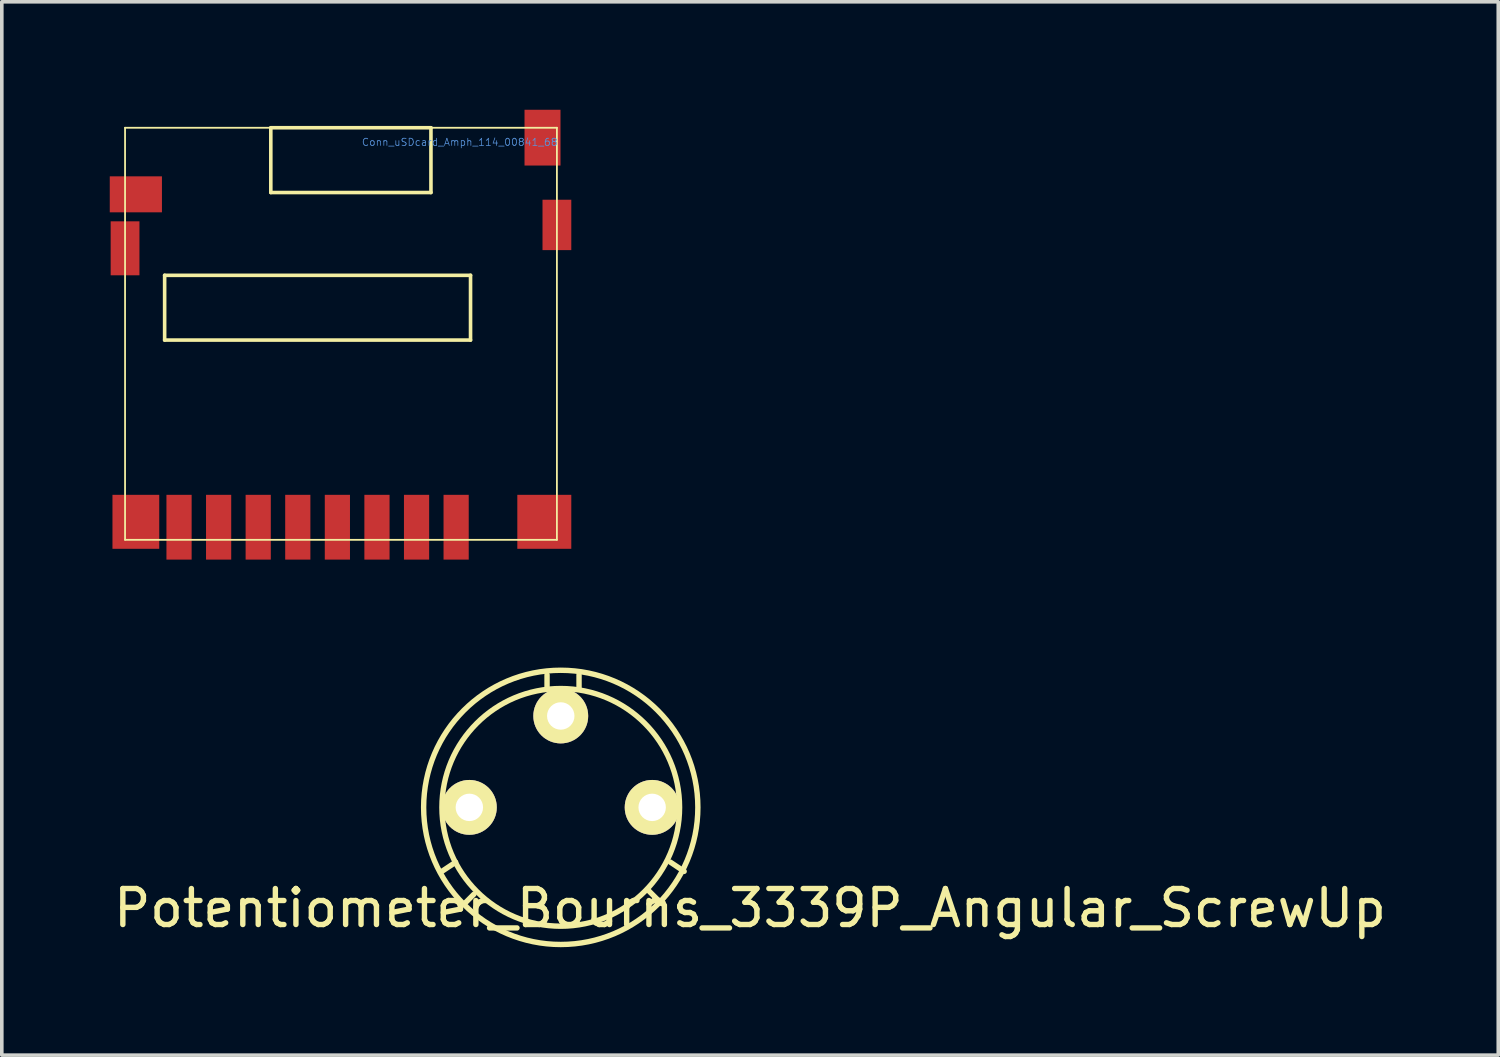
<source format=kicad_pcb>
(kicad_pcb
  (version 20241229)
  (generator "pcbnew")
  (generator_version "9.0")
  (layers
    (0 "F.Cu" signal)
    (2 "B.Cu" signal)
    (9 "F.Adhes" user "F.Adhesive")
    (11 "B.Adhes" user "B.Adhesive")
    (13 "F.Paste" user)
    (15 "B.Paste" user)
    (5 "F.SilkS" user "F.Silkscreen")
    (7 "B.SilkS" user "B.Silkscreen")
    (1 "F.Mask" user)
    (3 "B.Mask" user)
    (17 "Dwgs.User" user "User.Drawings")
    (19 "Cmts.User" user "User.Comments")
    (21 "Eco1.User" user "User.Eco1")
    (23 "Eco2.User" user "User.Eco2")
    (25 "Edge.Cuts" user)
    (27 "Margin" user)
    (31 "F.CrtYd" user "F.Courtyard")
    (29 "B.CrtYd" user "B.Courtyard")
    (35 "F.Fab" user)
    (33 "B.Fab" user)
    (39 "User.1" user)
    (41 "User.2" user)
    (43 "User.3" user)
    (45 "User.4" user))
  (footprint "Potentiometer_Bourns_3339P_Angular_ScrewUp"
    (layer "F.Cu")
    (at 9.992 19.385)
    (property "Reference" "Potentiometer_Bourns_3339P_Angular_ScrewUp" (at 7.8 2.8 0) (layer "F.SilkS") (effects (font (size 1 1) (thickness 0.15))))
    (attr through_hole)
    (fp_line (start -0.762 1.778) (end -0.381 1.524) (stroke (width 0.15) (type solid)) (layer "F.SilkS"))
    (fp_line (start -0.127 2.667) (end 0.127 2.413) (stroke (width 0.15) (type solid)) (layer "F.SilkS"))
    (fp_line (start 2.159 -3.302) (end 2.159 -3.683) (stroke (width 0.15) (type solid)) (layer "F.SilkS"))
    (fp_line (start 3.048 -3.302) (end 3.048 -3.683) (stroke (width 0.15) (type solid)) (layer "F.SilkS"))
    (fp_line (start 5.334 2.667) (end 4.953 2.286) (stroke (width 0.15) (type solid)) (layer "F.SilkS"))
    (fp_line (start 5.969 1.778) (end 5.588 1.524) (stroke (width 0.15) (type solid)) (layer "F.SilkS"))
    (fp_circle (center 2.54 0) (end 5.842 0) (stroke (width 0.15) (type solid)) (fill no) (layer "F.SilkS"))
    (fp_circle (center 2.54 0) (end 6.35 0) (stroke (width 0.15) (type solid)) (fill no) (layer "F.SilkS"))
    (pad "1" thru_hole circle (at 0 0) (size 1.524 1.524) (drill 0.762) (layers "*.Cu" "*.Mask" "F.SilkS"))
    (pad "2" thru_hole circle (at 2.54 -2.54) (size 1.524 1.524) (drill 0.762) (layers "*.Cu" "*.Mask" "F.SilkS"))
    (pad "3" thru_hole circle (at 5.08 0) (size 1.524 1.524) (drill 0.762) (layers "*.Cu" "*.Mask" "F.SilkS")))
  (footprint "Conn_uSDcard_Amph_114_00841_68"
    (layer "F.Cu")
    (at 6.425 10.5)
    (property "Reference" "Conn_uSDcard_Amph_114_00841_68" (at 3.3 -9.6 180) (layer "Cmts.User") (effects (font (size 0.2 0.2) (thickness 0.02))))
    (attr through_hole)
    (fp_line (start -6 -10) (end -6 1.45) (stroke (width 0.05) (type solid)) (layer "F.SilkS"))
    (fp_line (start -6 -10) (end 6 -10) (stroke (width 0.05) (type solid)) (layer "F.SilkS"))
    (fp_line (start -6 1.45) (end 6 1.45) (stroke (width 0.05) (type solid)) (layer "F.SilkS"))
    (fp_line (start -4.9 -5.9) (end 3.6 -5.9) (stroke (width 0.1) (type solid)) (layer "F.SilkS"))
    (fp_line (start -4.9 -4.1) (end -4.9 -5.9) (stroke (width 0.1) (type solid)) (layer "F.SilkS"))
    (fp_line (start -4.9 -4.1) (end 3.6 -4.1) (stroke (width 0.1) (type solid)) (layer "F.SilkS"))
    (fp_line (start -1.95 -10) (end 2.5 -10) (stroke (width 0.1) (type solid)) (layer "F.SilkS"))
    (fp_line (start -1.95 -8.2) (end -1.95 -10) (stroke (width 0.1) (type solid)) (layer "F.SilkS"))
    (fp_line (start -1.95 -8.2) (end 2.5 -8.2) (stroke (width 0.1) (type solid)) (layer "F.SilkS"))
    (fp_line (start 2.5 -8.2) (end 2.5 -10) (stroke (width 0.1) (type solid)) (layer "F.SilkS"))
    (fp_line (start 3.6 -4.1) (end 3.6 -5.9) (stroke (width 0.1) (type solid)) (layer "F.SilkS"))
    (fp_line (start 6 -10) (end 6 1.45) (stroke (width 0.05) (type solid)) (layer "F.SilkS"))
    (pad "1" smd rect (at 3.2 1.1) (size 0.7 1.8) (layers "F.Cu" "F.Mask" "F.Paste"))
    (pad "2" smd rect (at 2.1 1.1) (size 0.7 1.8) (layers "F.Cu" "F.Mask" "F.Paste"))
    (pad "3" smd rect (at 1 1.1) (size 0.7 1.8) (layers "F.Cu" "F.Mask" "F.Paste"))
    (pad "4" smd rect (at -0.1 1.1) (size 0.7 1.8) (layers "F.Cu" "F.Mask" "F.Paste"))
    (pad "5" smd rect (at -1.2 1.1) (size 0.7 1.8) (layers "F.Cu" "F.Mask" "F.Paste"))
    (pad "6" smd rect (at -2.3 1.1) (size 0.7 1.8) (layers "F.Cu" "F.Mask" "F.Paste"))
    (pad "7" smd rect (at -3.4 1.1) (size 0.7 1.8) (layers "F.Cu" "F.Mask" "F.Paste"))
    (pad "8" smd rect (at -4.5 1.1) (size 0.7 1.8) (layers "F.Cu" "F.Mask" "F.Paste"))
    (pad "11" smd rect (at -5.7 -8.15) (size 1.45 1) (layers "F.Cu" "F.Mask" "F.Paste"))
    (pad "12" smd rect (at 5.6 -9.725) (size 1 1.55) (layers "F.Cu" "F.Mask" "F.Paste"))
    (pad "SHLD" smd rect (at -6 -6.65) (size 0.8 1.5) (layers "F.Cu" "F.Mask" "F.Paste"))
    (pad "SHLD" smd rect (at -5.7 0.95) (size 1.3 1.5) (layers "F.Cu" "F.Mask" "F.Paste"))
    (pad "SHLD" smd rect (at 5.65 0.95) (size 1.5 1.5) (layers "F.Cu" "F.Mask" "F.Paste"))
    (pad "SHLD" smd rect (at 6 -7.3) (size 0.8 1.4) (layers "F.Cu" "F.Mask" "F.Paste")))
  (gr_rect
    (start -3 -3)
    (end 38.583 26.27)
    (stroke (width 0.1) (type default))
    (fill no)
    (layer "Edge.Cuts")))
</source>
